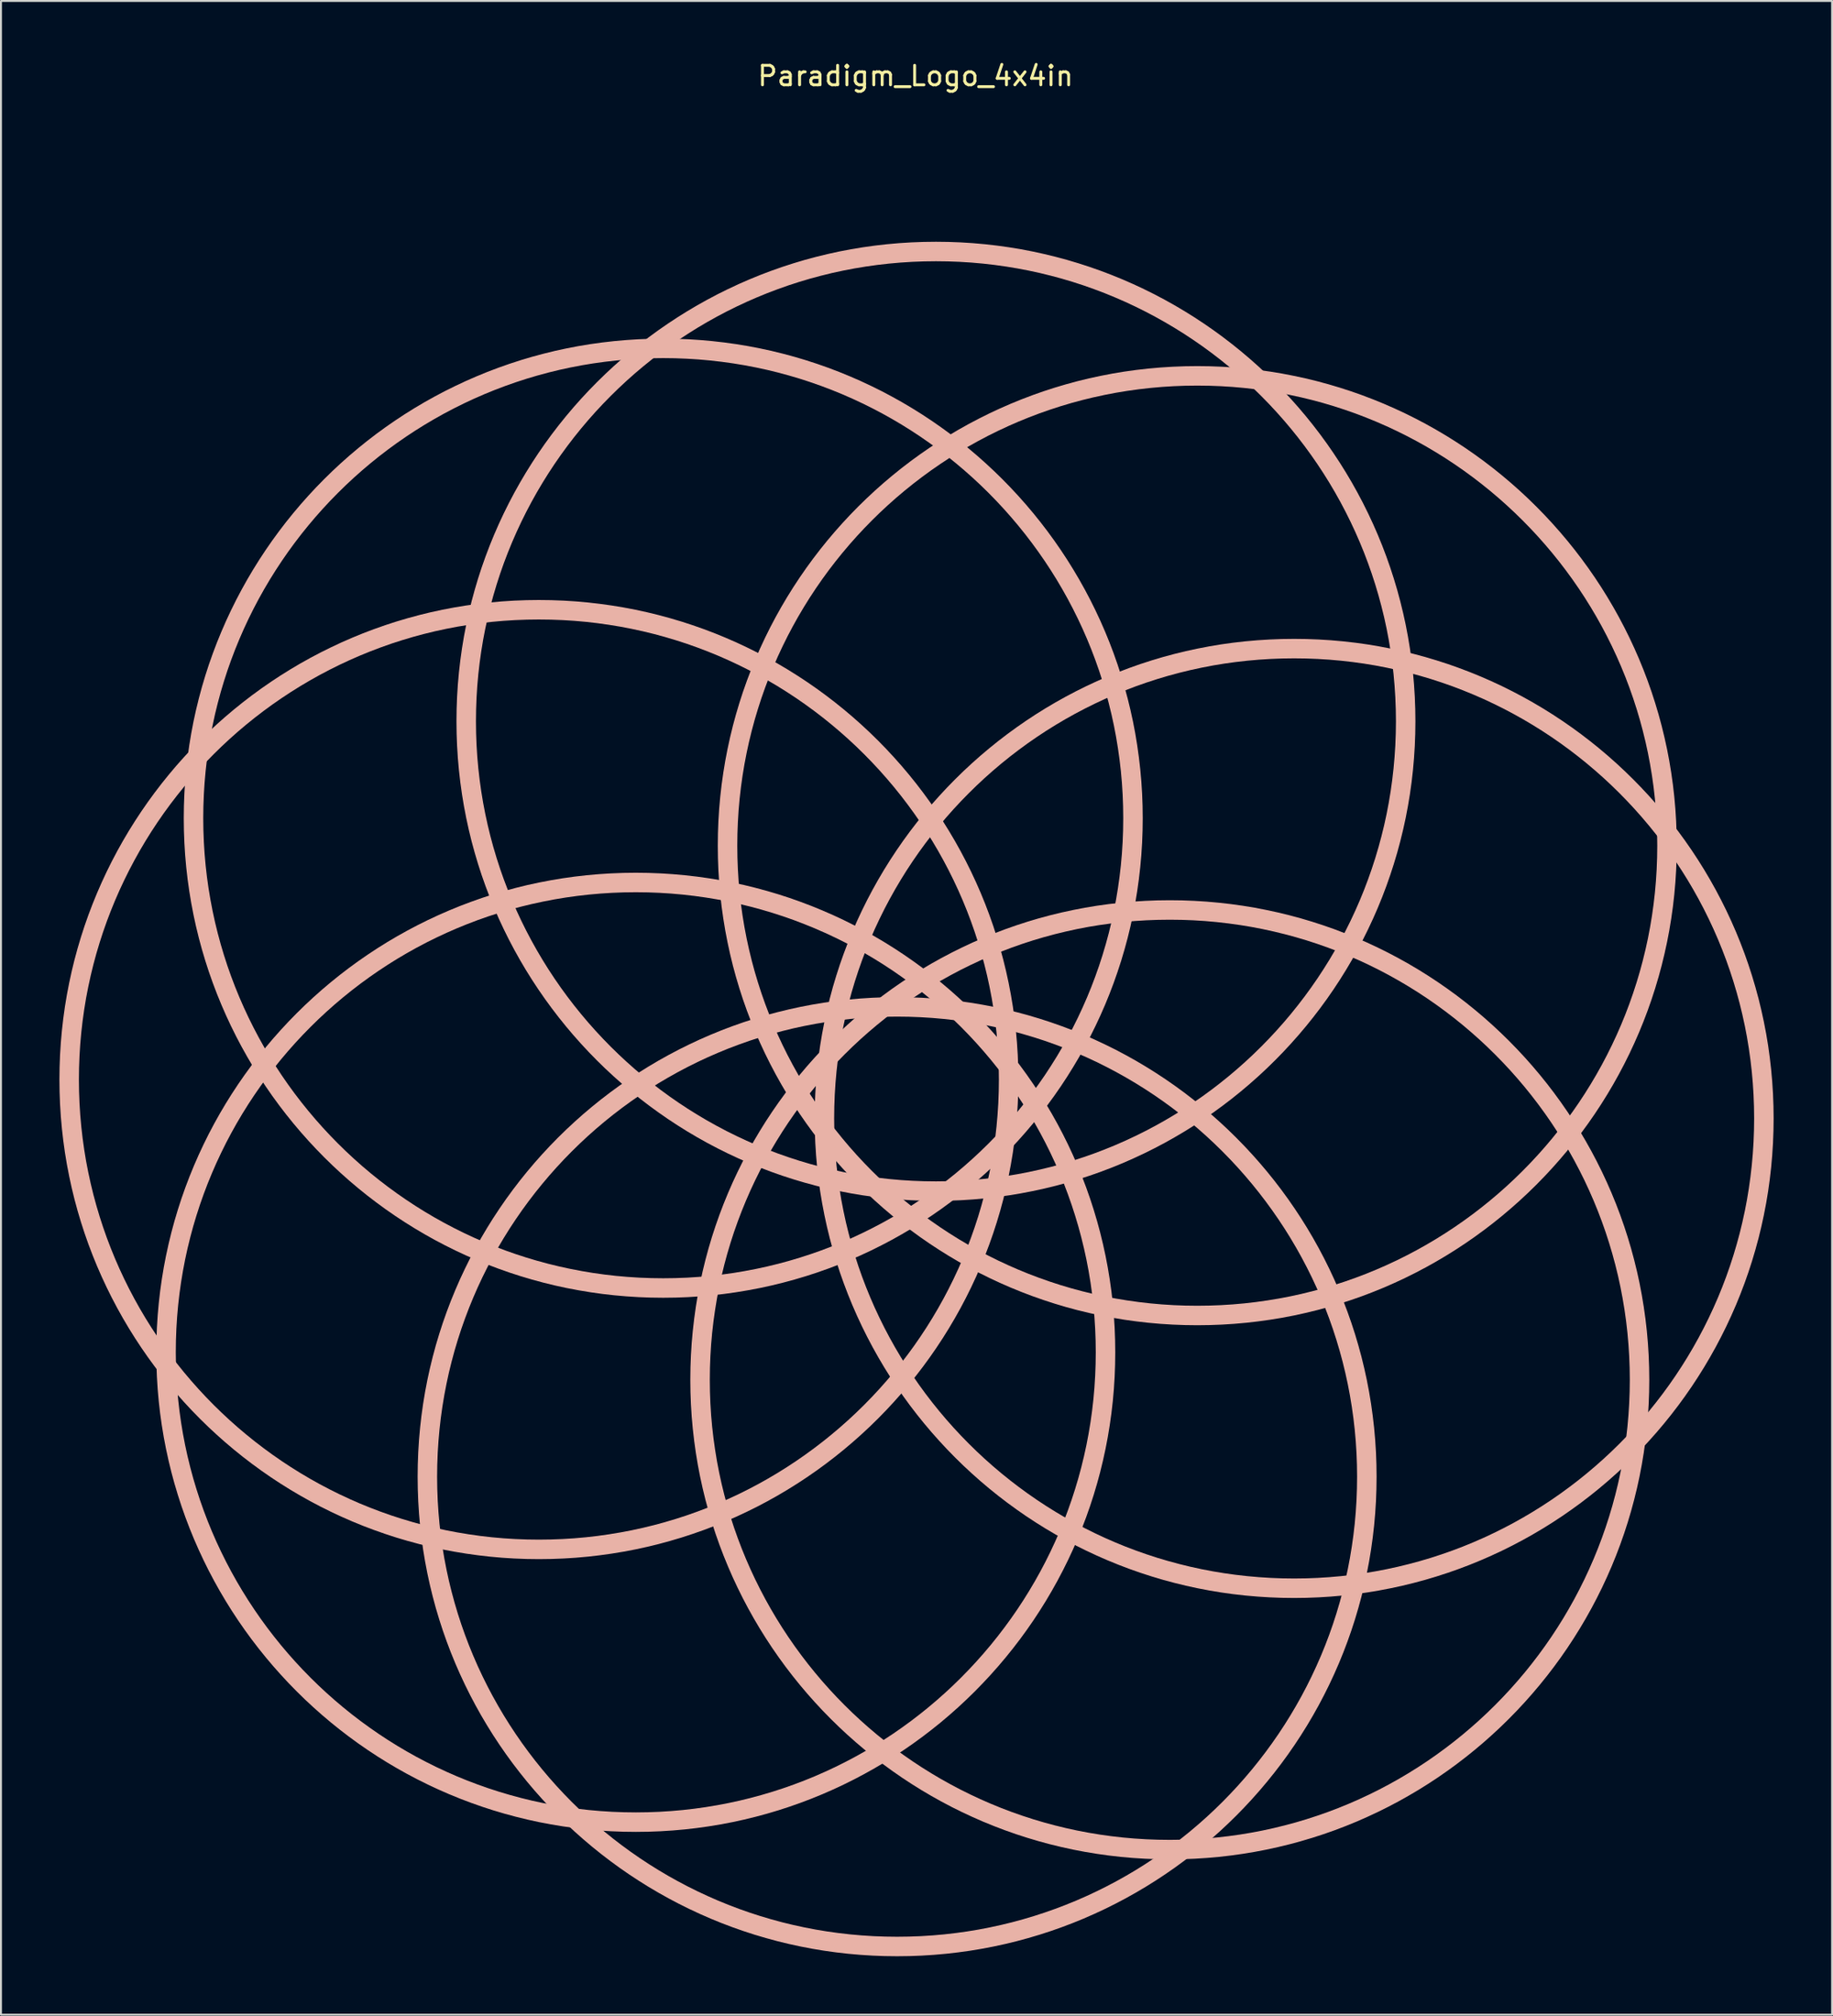
<source format=kicad_pcb>
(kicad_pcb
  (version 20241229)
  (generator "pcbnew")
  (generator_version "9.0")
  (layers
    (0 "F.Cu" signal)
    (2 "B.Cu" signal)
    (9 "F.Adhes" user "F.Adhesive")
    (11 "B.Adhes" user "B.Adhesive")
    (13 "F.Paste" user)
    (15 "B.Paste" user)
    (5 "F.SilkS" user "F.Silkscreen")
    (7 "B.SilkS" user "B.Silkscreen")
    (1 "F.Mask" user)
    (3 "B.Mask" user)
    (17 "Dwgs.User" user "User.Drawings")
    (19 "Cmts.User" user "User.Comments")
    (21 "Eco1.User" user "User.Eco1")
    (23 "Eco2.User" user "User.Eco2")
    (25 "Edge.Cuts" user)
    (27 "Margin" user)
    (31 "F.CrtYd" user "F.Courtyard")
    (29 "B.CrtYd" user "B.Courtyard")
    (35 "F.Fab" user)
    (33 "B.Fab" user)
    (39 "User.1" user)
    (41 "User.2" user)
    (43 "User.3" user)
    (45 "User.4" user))
  (footprint "Paradigm_Logo_4x4in"
    (layer "F.Cu")
    (at 43.992 53.348)
    (property "Reference" "Paradigm_Logo_4x4in" (at -0.05 -52.5 0) (layer "F.SilkS") (effects (font (size 1 1) (thickness 0.15))))
    (attr through_hole)
    (fp_circle (center -19.382 -0.997) (end -36.918 -17.543) (stroke (width 1) (type solid)) (fill no) (layer "B.SilkS"))
    (fp_circle (center -14.41 13) (end -38.51 13.7) (stroke (width 1) (type solid)) (fill no) (layer "B.SilkS"))
    (fp_circle (center -13 -14.41) (end -13.7 -38.51) (stroke (width 1) (type solid)) (fill no) (layer "B.SilkS"))
    (fp_circle (center -0.997 19.382) (end -17.543 36.918) (stroke (width 1) (type solid)) (fill no) (layer "B.SilkS"))
    (fp_circle (center 0.997 -19.382) (end 17.543 -36.918) (stroke (width 1) (type solid)) (fill no) (layer "B.SilkS"))
    (fp_circle (center 13 14.41) (end 13.7 38.51) (stroke (width 1) (type solid)) (fill no) (layer "B.SilkS"))
    (fp_circle (center 14.41 -13) (end 38.51 -13.7) (stroke (width 1) (type solid)) (fill no) (layer "B.SilkS"))
    (fp_circle (center 19.382 0.997) (end 36.918 17.543) (stroke (width 1) (type solid)) (fill no) (layer "B.SilkS")))
  (gr_rect
    (start -3 -3)
    (end 90.984 100.34)
    (stroke (width 0.1) (type default))
    (fill no)
    (layer "Edge.Cuts")))
</source>
